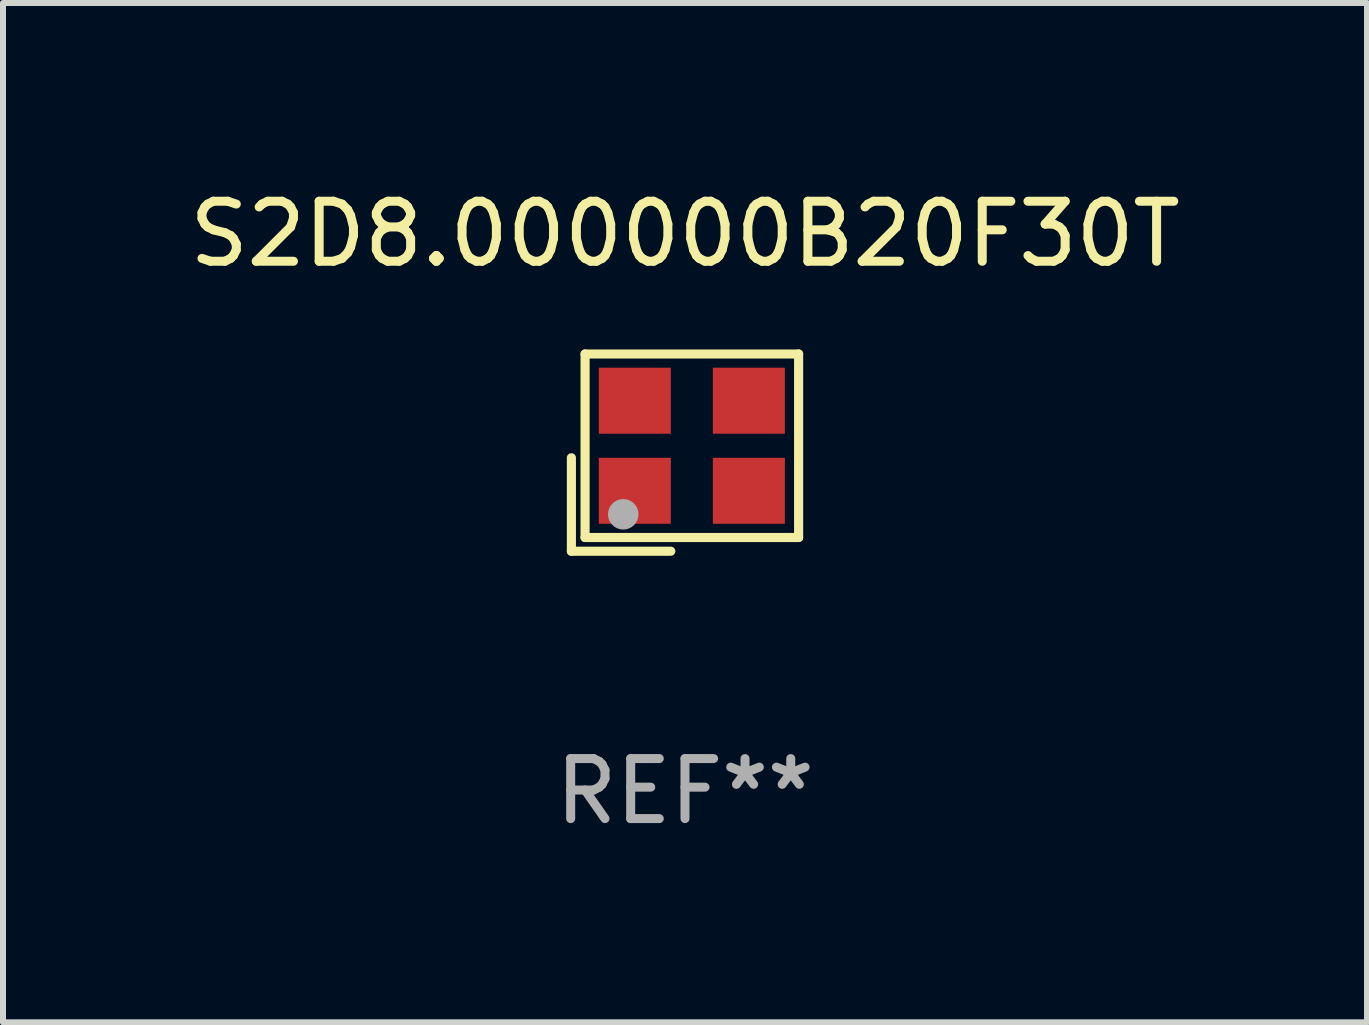
<source format=kicad_pcb>
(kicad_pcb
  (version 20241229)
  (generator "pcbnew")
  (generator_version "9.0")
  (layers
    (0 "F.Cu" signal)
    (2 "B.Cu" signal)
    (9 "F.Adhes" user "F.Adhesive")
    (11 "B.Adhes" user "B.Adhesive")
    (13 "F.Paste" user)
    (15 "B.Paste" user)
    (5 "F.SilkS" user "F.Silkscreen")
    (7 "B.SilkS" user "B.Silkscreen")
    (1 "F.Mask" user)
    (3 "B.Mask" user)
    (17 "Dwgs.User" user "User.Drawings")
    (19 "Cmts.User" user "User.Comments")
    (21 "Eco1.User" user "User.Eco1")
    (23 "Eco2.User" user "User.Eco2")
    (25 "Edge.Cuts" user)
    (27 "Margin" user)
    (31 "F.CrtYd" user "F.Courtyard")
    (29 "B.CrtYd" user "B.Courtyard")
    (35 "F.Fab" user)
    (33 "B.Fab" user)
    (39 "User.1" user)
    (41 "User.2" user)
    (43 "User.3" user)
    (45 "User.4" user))
  (footprint "S2D8.000000B20F30T"
    (layer "F.Cu")
    (at 8.363 4.491)
    (property "Reference" "S2D8.000000B20F30T" (at 0 -3.643 0) (layer "F.SilkS") (effects (font (size 1 1) (thickness 0.15))))
    (attr through_hole)
    (fp_line (start -1.893 0.086) (end -1.893 1.643) (stroke (width 0.152) (type solid)) (layer "F.SilkS"))
    (fp_line (start -1.893 1.643) (end -0.237 1.643) (stroke (width 0.152) (type solid)) (layer "F.SilkS"))
    (fp_line (start -1.665 -1.643) (end 1.893 -1.643) (stroke (width 0.152) (type solid)) (layer "F.SilkS"))
    (fp_line (start -1.665 1.414) (end -1.665 -1.643) (stroke (width 0.152) (type solid)) (layer "F.SilkS"))
    (fp_line (start 1.893 -1.643) (end 1.893 1.414) (stroke (width 0.152) (type solid)) (layer "F.SilkS"))
    (fp_line (start 1.893 1.414) (end -1.665 1.414) (stroke (width 0.152) (type solid)) (layer "F.SilkS"))
    (fp_circle (center -1.136 0.885) (end -1.106 0.885) (stroke (width 0.06) (type solid)) (fill no) (layer "F.SilkS"))
    (fp_circle (center -1.029 1.028) (end -0.902 1.028) (stroke (width 0.254) (type solid)) (fill no) (layer "F.Fab"))
    (fp_text user "REF**" (at 0 5.643 0) (layer "F.Fab") (effects (font (size 1 1) (thickness 0.15))))
    (pad "1" smd rect (at -0.836 0.636) (size 1.2 1.1) (layers "F.Cu" "F.Mask" "F.Paste"))
    (pad "2" smd rect (at 1.064 0.636) (size 1.2 1.1) (layers "F.Cu" "F.Mask" "F.Paste"))
    (pad "3" smd rect (at 1.064 -0.865) (size 1.2 1.1) (layers "F.Cu" "F.Mask" "F.Paste"))
    (pad "4" smd rect (at -0.836 -0.865) (size 1.2 1.1) (layers "F.Cu" "F.Mask" "F.Paste")))
  (gr_rect
    (start -3 -3)
    (end 19.726 13.983)
    (stroke (width 0.1) (type default))
    (fill no)
    (layer "Edge.Cuts")))
</source>
